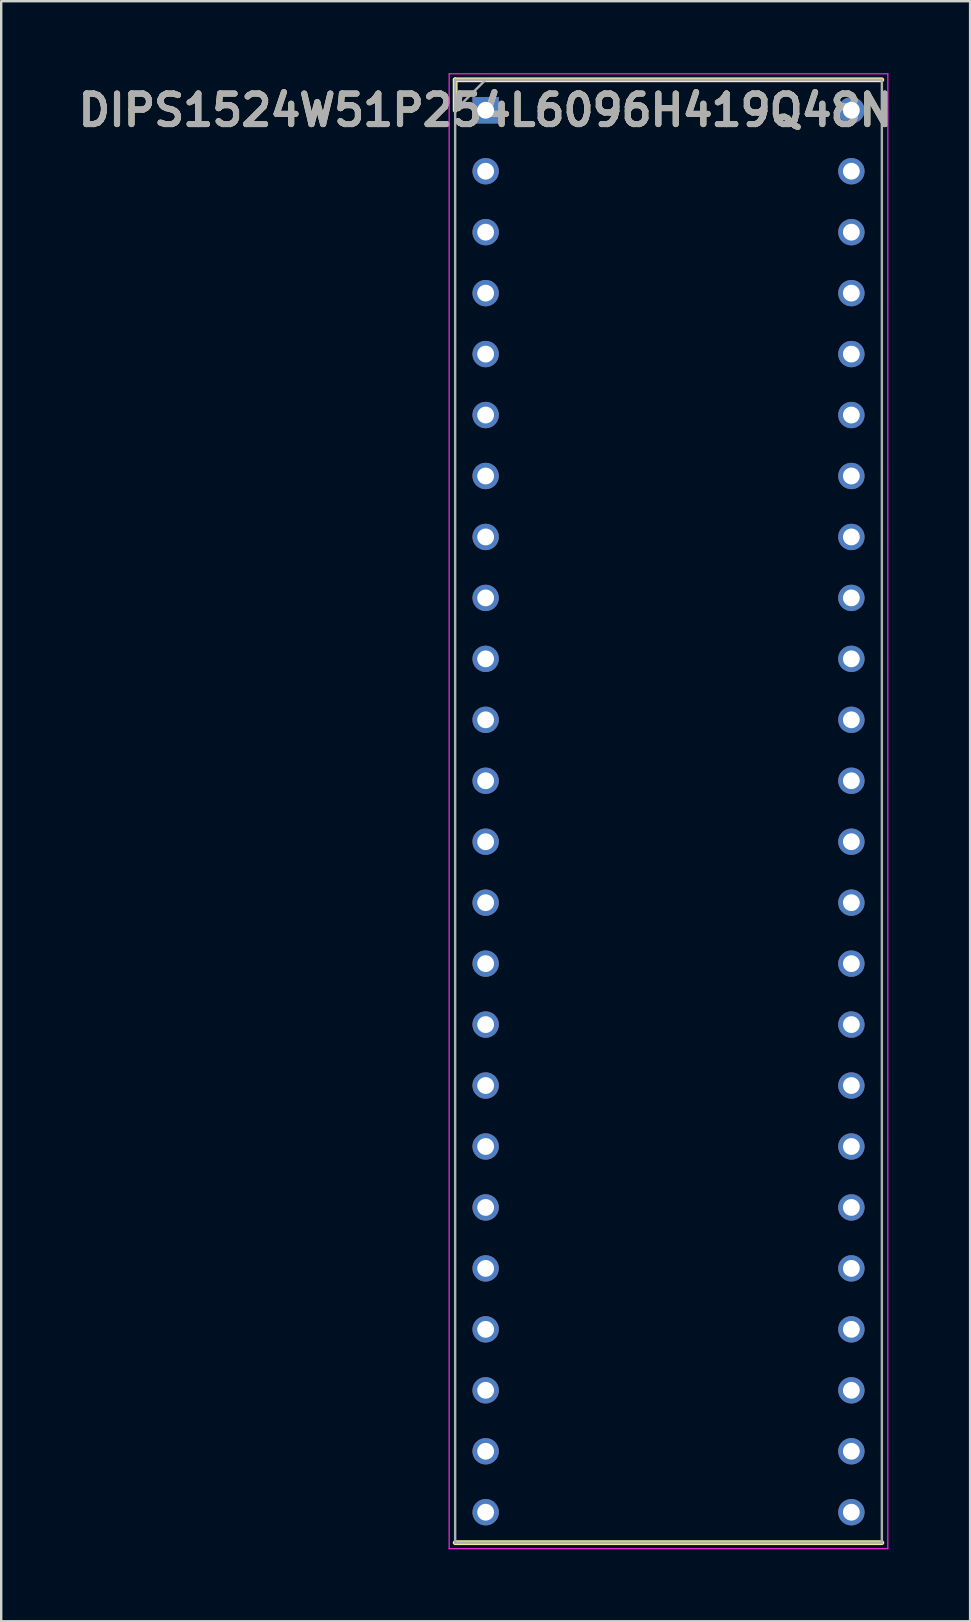
<source format=kicad_pcb>
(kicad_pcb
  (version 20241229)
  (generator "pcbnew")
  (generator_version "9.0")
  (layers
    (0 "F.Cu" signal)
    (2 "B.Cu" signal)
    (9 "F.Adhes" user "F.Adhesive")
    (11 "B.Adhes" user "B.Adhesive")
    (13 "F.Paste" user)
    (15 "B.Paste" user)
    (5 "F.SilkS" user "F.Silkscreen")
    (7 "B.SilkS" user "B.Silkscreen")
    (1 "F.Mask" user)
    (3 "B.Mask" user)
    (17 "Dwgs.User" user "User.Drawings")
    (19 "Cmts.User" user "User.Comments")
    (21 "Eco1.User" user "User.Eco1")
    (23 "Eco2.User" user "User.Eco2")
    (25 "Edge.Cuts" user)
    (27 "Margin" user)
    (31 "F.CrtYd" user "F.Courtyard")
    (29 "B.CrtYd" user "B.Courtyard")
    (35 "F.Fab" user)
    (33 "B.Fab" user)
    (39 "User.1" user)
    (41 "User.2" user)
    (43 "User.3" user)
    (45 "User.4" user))
  (footprint "DIPS1524W51P254L6096H419Q48N"
    (layer "F.Cu")
    (at 17.187 1.545)
    (property "Reference" "DIPS1524W51P254L6096H419Q48N" (at 0 0 0) (layer "F.SilkS") (effects (font (size 1.27 1.27) (thickness 0.254))))
    (attr through_hole)
    (fp_line (start -1.27 -1.27) (end -1.27 0) (stroke (width 0.2) (type solid)) (layer "F.SilkS"))
    (fp_line (start -1.27 59.69) (end 16.51 59.69) (stroke (width 0.2) (type solid)) (layer "F.SilkS"))
    (fp_line (start 16.51 -1.27) (end -1.27 -1.27) (stroke (width 0.2) (type solid)) (layer "F.SilkS"))
    (fp_line (start -1.52 -1.52) (end 16.76 -1.52) (stroke (width 0.05) (type solid)) (layer "F.CrtYd"))
    (fp_line (start -1.52 59.94) (end -1.52 -1.52) (stroke (width 0.05) (type solid)) (layer "F.CrtYd"))
    (fp_line (start 16.76 -1.52) (end 16.76 59.94) (stroke (width 0.05) (type solid)) (layer "F.CrtYd"))
    (fp_line (start 16.76 59.94) (end -1.52 59.94) (stroke (width 0.05) (type solid)) (layer "F.CrtYd"))
    (fp_line (start -1.27 -1.27) (end 16.51 -1.27) (stroke (width 0.1) (type solid)) (layer "F.Fab"))
    (fp_line (start -1.27 0) (end 0 -1.27) (stroke (width 0.1) (type solid)) (layer "F.Fab"))
    (fp_line (start -1.27 59.69) (end -1.27 -1.27) (stroke (width 0.1) (type solid)) (layer "F.Fab"))
    (fp_line (start 16.51 -1.27) (end 16.51 59.69) (stroke (width 0.1) (type solid)) (layer "F.Fab"))
    (fp_line (start 16.51 59.69) (end -1.27 59.69) (stroke (width 0.1) (type solid)) (layer "F.Fab"))
    (fp_text user "${REFERENCE}" (at 0 0 0) (layer "F.Fab") (effects (font (size 1.27 1.27) (thickness 0.254))))
    (pad "1" thru_hole rect (at 0 0) (size 1.1 1.1) (drill 0.7) (layers "*.Cu" "*.Mask"))
    (pad "2" thru_hole circle (at 0 2.54) (size 1.1 1.1) (drill 0.7) (layers "*.Cu" "*.Mask"))
    (pad "3" thru_hole circle (at 0 5.08) (size 1.1 1.1) (drill 0.7) (layers "*.Cu" "*.Mask"))
    (pad "4" thru_hole circle (at 0 7.62) (size 1.1 1.1) (drill 0.7) (layers "*.Cu" "*.Mask"))
    (pad "5" thru_hole circle (at 0 10.16) (size 1.1 1.1) (drill 0.7) (layers "*.Cu" "*.Mask"))
    (pad "6" thru_hole circle (at 0 12.7) (size 1.1 1.1) (drill 0.7) (layers "*.Cu" "*.Mask"))
    (pad "7" thru_hole circle (at 0 15.24) (size 1.1 1.1) (drill 0.7) (layers "*.Cu" "*.Mask"))
    (pad "8" thru_hole circle (at 0 17.78) (size 1.1 1.1) (drill 0.7) (layers "*.Cu" "*.Mask"))
    (pad "9" thru_hole circle (at 0 20.32) (size 1.1 1.1) (drill 0.7) (layers "*.Cu" "*.Mask"))
    (pad "10" thru_hole circle (at 0 22.86) (size 1.1 1.1) (drill 0.7) (layers "*.Cu" "*.Mask"))
    (pad "11" thru_hole circle (at 0 25.4) (size 1.1 1.1) (drill 0.7) (layers "*.Cu" "*.Mask"))
    (pad "12" thru_hole circle (at 0 27.94) (size 1.1 1.1) (drill 0.7) (layers "*.Cu" "*.Mask"))
    (pad "13" thru_hole circle (at 0 30.48) (size 1.1 1.1) (drill 0.7) (layers "*.Cu" "*.Mask"))
    (pad "14" thru_hole circle (at 0 33.02) (size 1.1 1.1) (drill 0.7) (layers "*.Cu" "*.Mask"))
    (pad "15" thru_hole circle (at 0 35.56) (size 1.1 1.1) (drill 0.7) (layers "*.Cu" "*.Mask"))
    (pad "16" thru_hole circle (at 0 38.1) (size 1.1 1.1) (drill 0.7) (layers "*.Cu" "*.Mask"))
    (pad "17" thru_hole circle (at 0 40.64) (size 1.1 1.1) (drill 0.7) (layers "*.Cu" "*.Mask"))
    (pad "18" thru_hole circle (at 0 43.18) (size 1.1 1.1) (drill 0.7) (layers "*.Cu" "*.Mask"))
    (pad "19" thru_hole circle (at 0 45.72) (size 1.1 1.1) (drill 0.7) (layers "*.Cu" "*.Mask"))
    (pad "20" thru_hole circle (at 0 48.26) (size 1.1 1.1) (drill 0.7) (layers "*.Cu" "*.Mask"))
    (pad "21" thru_hole circle (at 0 50.8) (size 1.1 1.1) (drill 0.7) (layers "*.Cu" "*.Mask"))
    (pad "22" thru_hole circle (at 0 53.34) (size 1.1 1.1) (drill 0.7) (layers "*.Cu" "*.Mask"))
    (pad "23" thru_hole circle (at 0 55.88) (size 1.1 1.1) (drill 0.7) (layers "*.Cu" "*.Mask"))
    (pad "24" thru_hole circle (at 0 58.42) (size 1.1 1.1) (drill 0.7) (layers "*.Cu" "*.Mask"))
    (pad "25" thru_hole circle (at 15.24 58.42) (size 1.1 1.1) (drill 0.7) (layers "*.Cu" "*.Mask"))
    (pad "26" thru_hole circle (at 15.24 55.88) (size 1.1 1.1) (drill 0.7) (layers "*.Cu" "*.Mask"))
    (pad "27" thru_hole circle (at 15.24 53.34) (size 1.1 1.1) (drill 0.7) (layers "*.Cu" "*.Mask"))
    (pad "28" thru_hole circle (at 15.24 50.8) (size 1.1 1.1) (drill 0.7) (layers "*.Cu" "*.Mask"))
    (pad "29" thru_hole circle (at 15.24 48.26) (size 1.1 1.1) (drill 0.7) (layers "*.Cu" "*.Mask"))
    (pad "30" thru_hole circle (at 15.24 45.72) (size 1.1 1.1) (drill 0.7) (layers "*.Cu" "*.Mask"))
    (pad "31" thru_hole circle (at 15.24 43.18) (size 1.1 1.1) (drill 0.7) (layers "*.Cu" "*.Mask"))
    (pad "32" thru_hole circle (at 15.24 40.64) (size 1.1 1.1) (drill 0.7) (layers "*.Cu" "*.Mask"))
    (pad "33" thru_hole circle (at 15.24 38.1) (size 1.1 1.1) (drill 0.7) (layers "*.Cu" "*.Mask"))
    (pad "34" thru_hole circle (at 15.24 35.56) (size 1.1 1.1) (drill 0.7) (layers "*.Cu" "*.Mask"))
    (pad "35" thru_hole circle (at 15.24 33.02) (size 1.1 1.1) (drill 0.7) (layers "*.Cu" "*.Mask"))
    (pad "36" thru_hole circle (at 15.24 30.48) (size 1.1 1.1) (drill 0.7) (layers "*.Cu" "*.Mask"))
    (pad "37" thru_hole circle (at 15.24 27.94) (size 1.1 1.1) (drill 0.7) (layers "*.Cu" "*.Mask"))
    (pad "38" thru_hole circle (at 15.24 25.4) (size 1.1 1.1) (drill 0.7) (layers "*.Cu" "*.Mask"))
    (pad "39" thru_hole circle (at 15.24 22.86) (size 1.1 1.1) (drill 0.7) (layers "*.Cu" "*.Mask"))
    (pad "40" thru_hole circle (at 15.24 20.32) (size 1.1 1.1) (drill 0.7) (layers "*.Cu" "*.Mask"))
    (pad "41" thru_hole circle (at 15.24 17.78) (size 1.1 1.1) (drill 0.7) (layers "*.Cu" "*.Mask"))
    (pad "42" thru_hole circle (at 15.24 15.24) (size 1.1 1.1) (drill 0.7) (layers "*.Cu" "*.Mask"))
    (pad "43" thru_hole circle (at 15.24 12.7) (size 1.1 1.1) (drill 0.7) (layers "*.Cu" "*.Mask"))
    (pad "44" thru_hole circle (at 15.24 10.16) (size 1.1 1.1) (drill 0.7) (layers "*.Cu" "*.Mask"))
    (pad "45" thru_hole circle (at 15.24 7.62) (size 1.1 1.1) (drill 0.7) (layers "*.Cu" "*.Mask"))
    (pad "46" thru_hole circle (at 15.24 5.08) (size 1.1 1.1) (drill 0.7) (layers "*.Cu" "*.Mask"))
    (pad "47" thru_hole circle (at 15.24 2.54) (size 1.1 1.1) (drill 0.7) (layers "*.Cu" "*.Mask"))
    (pad "48" thru_hole circle (at 15.24 0) (size 1.1 1.1) (drill 0.7) (layers "*.Cu" "*.Mask")))
  (gr_rect
    (start -3 -3)
    (end 37.375 64.51)
    (stroke (width 0.1) (type default))
    (fill no)
    (layer "Edge.Cuts")))
</source>
